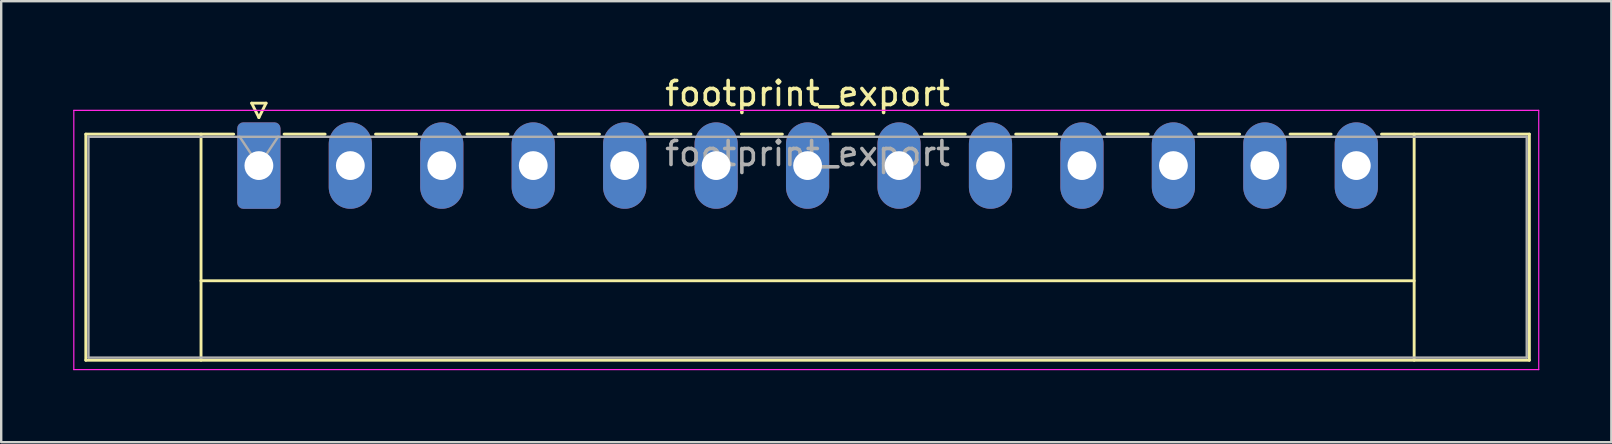
<source format=kicad_pcb>
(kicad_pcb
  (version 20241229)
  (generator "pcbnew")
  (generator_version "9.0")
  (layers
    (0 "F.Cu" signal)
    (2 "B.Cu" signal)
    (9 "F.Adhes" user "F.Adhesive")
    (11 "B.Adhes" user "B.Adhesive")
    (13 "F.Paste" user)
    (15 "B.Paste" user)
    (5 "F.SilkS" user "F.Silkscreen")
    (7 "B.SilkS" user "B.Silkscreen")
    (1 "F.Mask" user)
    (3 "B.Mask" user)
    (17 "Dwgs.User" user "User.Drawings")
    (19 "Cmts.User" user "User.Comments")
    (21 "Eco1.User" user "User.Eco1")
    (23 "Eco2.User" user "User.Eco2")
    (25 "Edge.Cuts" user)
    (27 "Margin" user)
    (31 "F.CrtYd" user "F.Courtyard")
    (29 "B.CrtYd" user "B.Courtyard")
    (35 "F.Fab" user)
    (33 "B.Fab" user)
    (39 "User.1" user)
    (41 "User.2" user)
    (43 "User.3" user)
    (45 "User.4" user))
  (footprint "footprint_export"
    (layer "F.Cu")
    (at 7.735 3.848)
    (property "Reference" "footprint_export" (at 22.86 -3 0) (layer "F.SilkS") (effects (font (size 1 1) (thickness 0.15))))
    (attr through_hole)
    (fp_line (start -7.21 -1.31) (end -7.21 8.11) (stroke (width 0.12) (type solid)) (layer "F.SilkS"))
    (fp_line (start -7.21 -1.31) (end -1.05 -1.31) (stroke (width 0.12) (type solid)) (layer "F.SilkS"))
    (fp_line (start -7.21 8.11) (end 52.93 8.11) (stroke (width 0.12) (type solid)) (layer "F.SilkS"))
    (fp_line (start -2.41 -1.31) (end -2.41 8.11) (stroke (width 0.12) (type solid)) (layer "F.SilkS"))
    (fp_line (start -2.41 4.8) (end 48.13 4.8) (stroke (width 0.12) (type solid)) (layer "F.SilkS"))
    (fp_line (start -0.3 -2.6) (end 0.3 -2.6) (stroke (width 0.12) (type solid)) (layer "F.SilkS"))
    (fp_line (start 0 -2) (end -0.3 -2.6) (stroke (width 0.12) (type solid)) (layer "F.SilkS"))
    (fp_line (start 0.3 -2.6) (end 0 -2) (stroke (width 0.12) (type solid)) (layer "F.SilkS"))
    (fp_line (start 1.05 -1.31) (end 2.76 -1.31) (stroke (width 0.12) (type solid)) (layer "F.SilkS"))
    (fp_line (start 4.86 -1.31) (end 6.57 -1.31) (stroke (width 0.12) (type solid)) (layer "F.SilkS"))
    (fp_line (start 8.67 -1.31) (end 10.38 -1.31) (stroke (width 0.12) (type solid)) (layer "F.SilkS"))
    (fp_line (start 12.48 -1.31) (end 14.19 -1.31) (stroke (width 0.12) (type solid)) (layer "F.SilkS"))
    (fp_line (start 16.29 -1.31) (end 18 -1.31) (stroke (width 0.12) (type solid)) (layer "F.SilkS"))
    (fp_line (start 20.1 -1.31) (end 21.81 -1.31) (stroke (width 0.12) (type solid)) (layer "F.SilkS"))
    (fp_line (start 23.91 -1.31) (end 25.62 -1.31) (stroke (width 0.12) (type solid)) (layer "F.SilkS"))
    (fp_line (start 27.72 -1.31) (end 29.43 -1.31) (stroke (width 0.12) (type solid)) (layer "F.SilkS"))
    (fp_line (start 31.53 -1.31) (end 33.24 -1.31) (stroke (width 0.12) (type solid)) (layer "F.SilkS"))
    (fp_line (start 35.34 -1.31) (end 37.05 -1.31) (stroke (width 0.12) (type solid)) (layer "F.SilkS"))
    (fp_line (start 39.15 -1.31) (end 40.86 -1.31) (stroke (width 0.12) (type solid)) (layer "F.SilkS"))
    (fp_line (start 42.96 -1.31) (end 44.67 -1.31) (stroke (width 0.12) (type solid)) (layer "F.SilkS"))
    (fp_line (start 48.13 -1.31) (end 48.13 8.11) (stroke (width 0.12) (type solid)) (layer "F.SilkS"))
    (fp_line (start 52.93 -1.31) (end 46.77 -1.31) (stroke (width 0.12) (type solid)) (layer "F.SilkS"))
    (fp_line (start 52.93 8.11) (end 52.93 -1.31) (stroke (width 0.12) (type solid)) (layer "F.SilkS"))
    (fp_line (start -7.71 -2.3) (end -7.71 8.5) (stroke (width 0.05) (type solid)) (layer "F.CrtYd"))
    (fp_line (start -7.71 8.5) (end 53.32 8.5) (stroke (width 0.05) (type solid)) (layer "F.CrtYd"))
    (fp_line (start 53.32 -2.3) (end -7.71 -2.3) (stroke (width 0.05) (type solid)) (layer "F.CrtYd"))
    (fp_line (start 53.32 8.5) (end 53.32 -2.3) (stroke (width 0.05) (type solid)) (layer "F.CrtYd"))
    (fp_line (start -7.1 -1.2) (end -7.1 8) (stroke (width 0.1) (type solid)) (layer "F.Fab"))
    (fp_line (start -7.1 8) (end 52.82 8) (stroke (width 0.1) (type solid)) (layer "F.Fab"))
    (fp_line (start 0 0) (end -0.8 -1.2) (stroke (width 0.1) (type solid)) (layer "F.Fab"))
    (fp_line (start 0.8 -1.2) (end 0 0) (stroke (width 0.1) (type solid)) (layer "F.Fab"))
    (fp_line (start 52.82 -1.2) (end -7.1 -1.2) (stroke (width 0.1) (type solid)) (layer "F.Fab"))
    (fp_line (start 52.82 8) (end 52.82 -1.2) (stroke (width 0.1) (type solid)) (layer "F.Fab"))
    (fp_text user "${REFERENCE}" (at 22.86 -0.5 0) (layer "F.Fab") (effects (font (size 1 1) (thickness 0.15))))
    (pad "1" thru_hole roundrect (at 0 0) (size 1.8 3.6) (drill 1.2) (layers "*.Cu" "*.Mask") (roundrect_rratio 0.139))
    (pad "2" thru_hole oval (at 3.81 0) (size 1.8 3.6) (drill 1.2) (layers "*.Cu" "*.Mask"))
    (pad "3" thru_hole oval (at 7.62 0) (size 1.8 3.6) (drill 1.2) (layers "*.Cu" "*.Mask"))
    (pad "4" thru_hole oval (at 11.43 0) (size 1.8 3.6) (drill 1.2) (layers "*.Cu" "*.Mask"))
    (pad "5" thru_hole oval (at 15.24 0) (size 1.8 3.6) (drill 1.2) (layers "*.Cu" "*.Mask"))
    (pad "6" thru_hole oval (at 19.05 0) (size 1.8 3.6) (drill 1.2) (layers "*.Cu" "*.Mask"))
    (pad "7" thru_hole oval (at 22.86 0) (size 1.8 3.6) (drill 1.2) (layers "*.Cu" "*.Mask"))
    (pad "8" thru_hole oval (at 26.67 0) (size 1.8 3.6) (drill 1.2) (layers "*.Cu" "*.Mask"))
    (pad "9" thru_hole oval (at 30.48 0) (size 1.8 3.6) (drill 1.2) (layers "*.Cu" "*.Mask"))
    (pad "10" thru_hole oval (at 34.29 0) (size 1.8 3.6) (drill 1.2) (layers "*.Cu" "*.Mask"))
    (pad "11" thru_hole oval (at 38.1 0) (size 1.8 3.6) (drill 1.2) (layers "*.Cu" "*.Mask"))
    (pad "12" thru_hole oval (at 41.91 0) (size 1.8 3.6) (drill 1.2) (layers "*.Cu" "*.Mask"))
    (pad "13" thru_hole oval (at 45.72 0) (size 1.8 3.6) (drill 1.2) (layers "*.Cu" "*.Mask")))
  (gr_rect
    (start -3 -3)
    (end 64.08 15.373)
    (stroke (width 0.1) (type default))
    (fill no)
    (layer "Edge.Cuts")))
</source>
